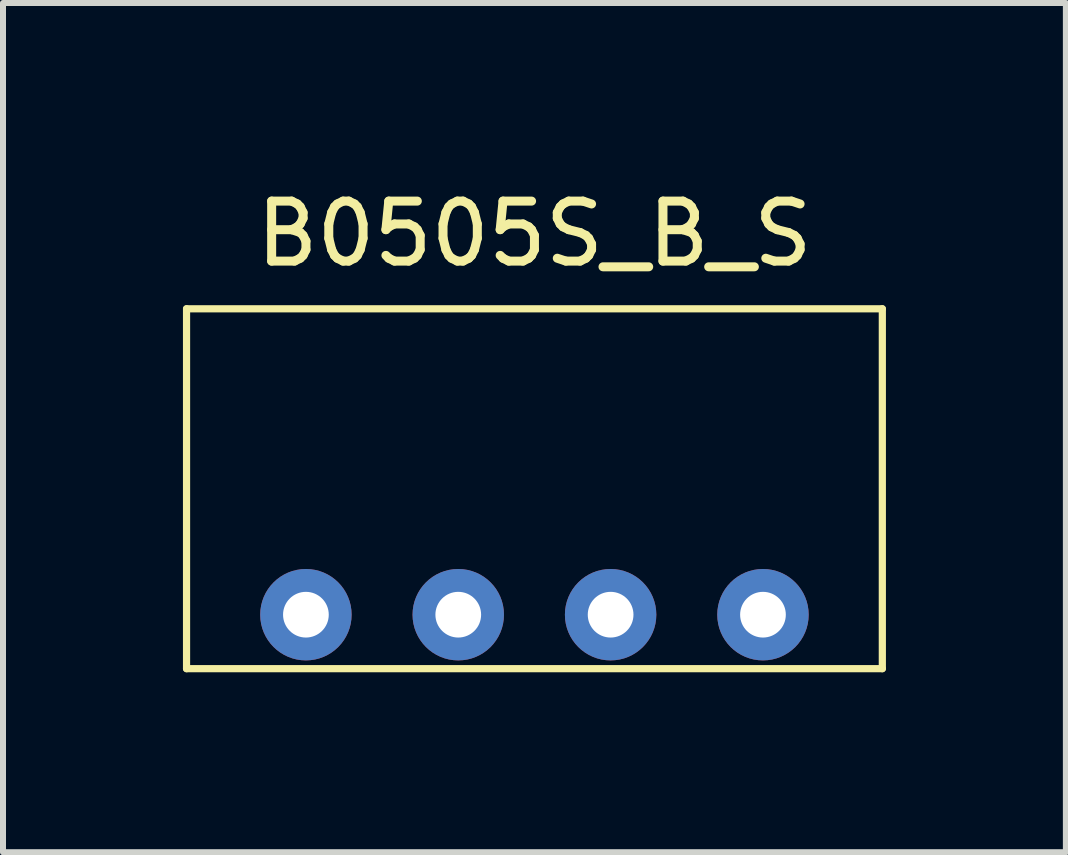
<source format=kicad_pcb>
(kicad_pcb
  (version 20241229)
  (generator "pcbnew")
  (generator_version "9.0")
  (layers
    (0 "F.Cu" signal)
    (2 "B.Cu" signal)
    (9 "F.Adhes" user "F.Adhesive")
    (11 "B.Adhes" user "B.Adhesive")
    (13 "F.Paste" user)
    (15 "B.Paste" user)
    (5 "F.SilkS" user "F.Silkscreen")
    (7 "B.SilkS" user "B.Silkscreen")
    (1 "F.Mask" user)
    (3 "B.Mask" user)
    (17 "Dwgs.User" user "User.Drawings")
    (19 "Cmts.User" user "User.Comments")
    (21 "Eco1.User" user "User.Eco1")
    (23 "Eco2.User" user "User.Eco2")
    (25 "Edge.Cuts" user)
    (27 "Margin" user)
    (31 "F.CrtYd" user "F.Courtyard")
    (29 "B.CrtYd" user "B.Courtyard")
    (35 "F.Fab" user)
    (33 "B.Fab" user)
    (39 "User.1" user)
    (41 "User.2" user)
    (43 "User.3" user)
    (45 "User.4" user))
  (footprint "B0505S_B_S"
    (layer "F.Cu")
    (at 2.05 7.198)
    (property "Reference" "B0505S_B_S" (at 3.81 -6.35 0) (layer "F.SilkS") (effects (font (size 1 1) (thickness 0.15))))
    (attr through_hole)
    (fp_line (start -1.99 -5.1) (end -1.99 0.9) (stroke (width 0.12) (type solid)) (layer "F.SilkS"))
    (fp_line (start -1.99 0.9) (end 9.61 0.9) (stroke (width 0.12) (type solid)) (layer "F.SilkS"))
    (fp_line (start 9.61 -5.1) (end -1.99 -5.1) (stroke (width 0.12) (type solid)) (layer "F.SilkS"))
    (fp_line (start 9.61 -5.1) (end 9.61 0.9) (stroke (width 0.12) (type solid)) (layer "F.SilkS"))
    (pad "1" thru_hole circle (at 0 0) (size 1.524 1.524) (drill 0.762) (layers "*.Cu" "*.Mask"))
    (pad "2" thru_hole circle (at 2.54 0) (size 1.524 1.524) (drill 0.762) (layers "*.Cu" "*.Mask"))
    (pad "3" thru_hole circle (at 5.08 0) (size 1.524 1.524) (drill 0.762) (layers "*.Cu" "*.Mask"))
    (pad "4" thru_hole circle (at 7.62 0) (size 1.524 1.524) (drill 0.762) (layers "*.Cu" "*.Mask")))
  (gr_rect
    (start -3 -3)
    (end 14.72 11.158)
    (stroke (width 0.1) (type default))
    (fill no)
    (layer "Edge.Cuts")))
</source>
